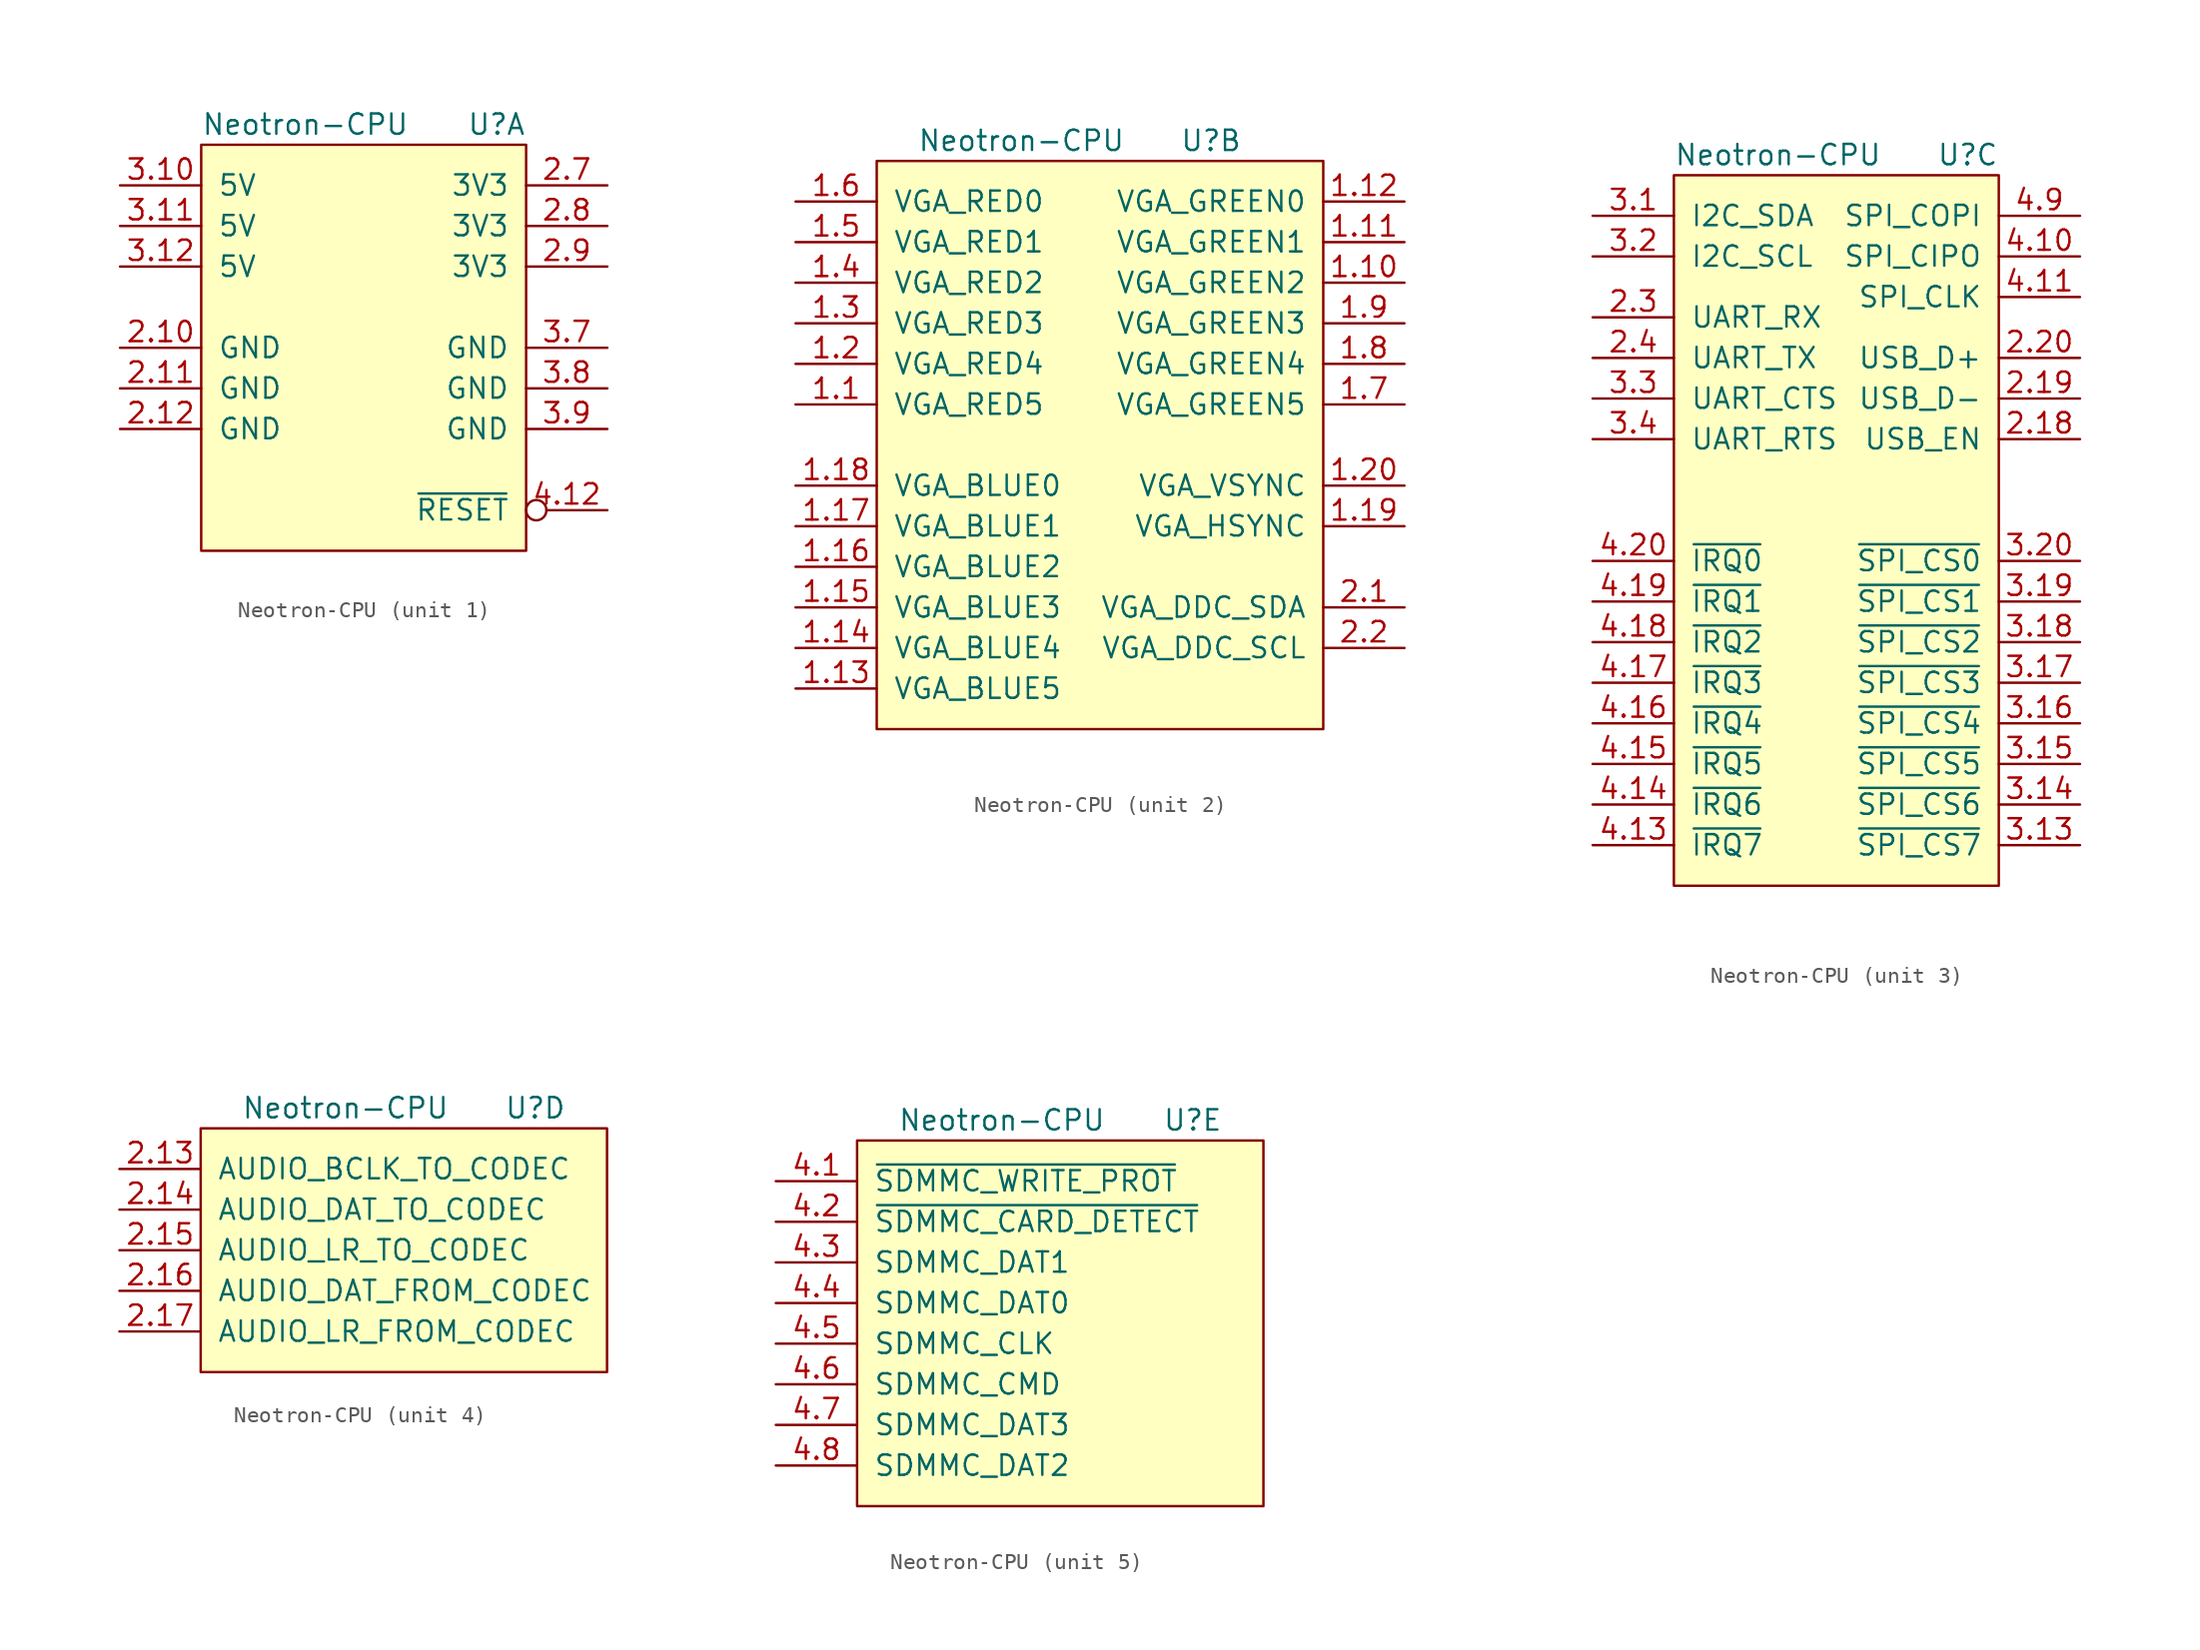
<source format=kicad_sym>
(kicad_symbol_lib
  (version 20211014)
  (generator kicad_symbol_editor)
  (symbol "Neotron-CPU"
    (pin_names
      (offset 1.016))
    (property "Reference" "U"
      (at 10.16 8.89 0)
      (effects (font (size 1.27 1.27)) (justify right)))
    (property "Value" "Neotron-CPU"
      (at -10.16 8.89 0)
      (effects (font (size 1.27 1.27)) (justify left)))
    (property "ki_locked" ""
      (at 0 0 0)
      (effects (font (size 1.27 1.27))))
    (symbol "Neotron-CPU_1_1"
      (rectangle (start -10.16 7.62) (end 10.16 -17.78) (stroke (width 0) (type default) (color 0 0 0 0)) (fill (type background)))
      (pin power_in line (at -15.24 -5.08 0) (length 5.08) (name "GND" (effects (font (size 1.27 1.27)))) (number "2.10" (effects (font (size 1.27 1.27)))))
      (pin power_in line (at -15.24 -7.62 0) (length 5.08) (name "GND" (effects (font (size 1.27 1.27)))) (number "2.11" (effects (font (size 1.27 1.27)))))
      (pin power_in line (at -15.24 -10.16 0) (length 5.08) (name "GND" (effects (font (size 1.27 1.27)))) (number "2.12" (effects (font (size 1.27 1.27)))))
      (pin power_in line (at 15.24 5.08 180) (length 5.08) (name "3V3" (effects (font (size 1.27 1.27)))) (number "2.7" (effects (font (size 1.27 1.27)))))
      (pin power_in line (at 15.24 2.54 180) (length 5.08) (name "3V3" (effects (font (size 1.27 1.27)))) (number "2.8" (effects (font (size 1.27 1.27)))))
      (pin power_in line (at 15.24 0 180) (length 5.08) (name "3V3" (effects (font (size 1.27 1.27)))) (number "2.9" (effects (font (size 1.27 1.27)))))
      (pin power_in line (at -15.24 5.08 0) (length 5.08) (name "5V" (effects (font (size 1.27 1.27)))) (number "3.10" (effects (font (size 1.27 1.27)))))
      (pin power_in line (at -15.24 2.54 0) (length 5.08) (name "5V" (effects (font (size 1.27 1.27)))) (number "3.11" (effects (font (size 1.27 1.27)))))
      (pin power_in line (at -15.24 0 0) (length 5.08) (name "5V" (effects (font (size 1.27 1.27)))) (number "3.12" (effects (font (size 1.27 1.27)))))
      (pin power_in line (at 15.24 -5.08 180) (length 5.08) (name "GND" (effects (font (size 1.27 1.27)))) (number "3.7" (effects (font (size 1.27 1.27)))))
      (pin power_in line (at 15.24 -7.62 180) (length 5.08) (name "GND" (effects (font (size 1.27 1.27)))) (number "3.8" (effects (font (size 1.27 1.27)))))
      (pin power_in line (at 15.24 -10.16 180) (length 5.08) (name "GND" (effects (font (size 1.27 1.27)))) (number "3.9" (effects (font (size 1.27 1.27)))))
      (pin input inverted (at 15.24 -15.24 180) (length 5.08) (name "~{RESET}" (effects (font (size 1.27 1.27)))) (number "4.12" (effects (font (size 1.27 1.27))))))
    (symbol "Neotron-CPU_2_1"
      (rectangle (start -12.7 7.62) (end 15.24 -27.94) (stroke (width 0) (type default) (color 0 0 0 0)) (fill (type background)))
      (pin output line (at -17.78 -7.62 0) (length 5.08) (name "VGA_RED5" (effects (font (size 1.27 1.27)))) (number "1.1" (effects (font (size 1.27 1.27)))))
      (pin output line (at 20.32 0 180) (length 5.08) (name "VGA_GREEN2" (effects (font (size 1.27 1.27)))) (number "1.10" (effects (font (size 1.27 1.27)))))
      (pin output line (at 20.32 2.54 180) (length 5.08) (name "VGA_GREEN1" (effects (font (size 1.27 1.27)))) (number "1.11" (effects (font (size 1.27 1.27)))))
      (pin output line (at 20.32 5.08 180) (length 5.08) (name "VGA_GREEN0" (effects (font (size 1.27 1.27)))) (number "1.12" (effects (font (size 1.27 1.27)))))
      (pin output line (at -17.78 -25.4 0) (length 5.08) (name "VGA_BLUE5" (effects (font (size 1.27 1.27)))) (number "1.13" (effects (font (size 1.27 1.27)))))
      (pin output line (at -17.78 -22.86 0) (length 5.08) (name "VGA_BLUE4" (effects (font (size 1.27 1.27)))) (number "1.14" (effects (font (size 1.27 1.27)))))
      (pin output line (at -17.78 -20.32 0) (length 5.08) (name "VGA_BLUE3" (effects (font (size 1.27 1.27)))) (number "1.15" (effects (font (size 1.27 1.27)))))
      (pin output line (at -17.78 -17.78 0) (length 5.08) (name "VGA_BLUE2" (effects (font (size 1.27 1.27)))) (number "1.16" (effects (font (size 1.27 1.27)))))
      (pin output line (at -17.78 -15.24 0) (length 5.08) (name "VGA_BLUE1" (effects (font (size 1.27 1.27)))) (number "1.17" (effects (font (size 1.27 1.27)))))
      (pin output line (at -17.78 -12.7 0) (length 5.08) (name "VGA_BLUE0" (effects (font (size 1.27 1.27)))) (number "1.18" (effects (font (size 1.27 1.27)))))
      (pin output line (at 20.32 -15.24 180) (length 5.08) (name "VGA_HSYNC" (effects (font (size 1.27 1.27)))) (number "1.19" (effects (font (size 1.27 1.27)))))
      (pin output line (at -17.78 -5.08 0) (length 5.08) (name "VGA_RED4" (effects (font (size 1.27 1.27)))) (number "1.2" (effects (font (size 1.27 1.27)))))
      (pin output line (at 20.32 -12.7 180) (length 5.08) (name "VGA_VSYNC" (effects (font (size 1.27 1.27)))) (number "1.20" (effects (font (size 1.27 1.27)))))
      (pin output line (at -17.78 -2.54 0) (length 5.08) (name "VGA_RED3" (effects (font (size 1.27 1.27)))) (number "1.3" (effects (font (size 1.27 1.27)))))
      (pin output line (at -17.78 0 0) (length 5.08) (name "VGA_RED2" (effects (font (size 1.27 1.27)))) (number "1.4" (effects (font (size 1.27 1.27)))))
      (pin output line (at -17.78 2.54 0) (length 5.08) (name "VGA_RED1" (effects (font (size 1.27 1.27)))) (number "1.5" (effects (font (size 1.27 1.27)))))
      (pin output line (at -17.78 5.08 0) (length 5.08) (name "VGA_RED0" (effects (font (size 1.27 1.27)))) (number "1.6" (effects (font (size 1.27 1.27)))))
      (pin output line (at 20.32 -7.62 180) (length 5.08) (name "VGA_GREEN5" (effects (font (size 1.27 1.27)))) (number "1.7" (effects (font (size 1.27 1.27)))))
      (pin output line (at 20.32 -5.08 180) (length 5.08) (name "VGA_GREEN4" (effects (font (size 1.27 1.27)))) (number "1.8" (effects (font (size 1.27 1.27)))))
      (pin output line (at 20.32 -2.54 180) (length 5.08) (name "VGA_GREEN3" (effects (font (size 1.27 1.27)))) (number "1.9" (effects (font (size 1.27 1.27)))))
      (pin bidirectional line (at 20.32 -20.32 180) (length 5.08) (name "VGA_DDC_SDA" (effects (font (size 1.27 1.27)))) (number "2.1" (effects (font (size 1.27 1.27)))))
      (pin bidirectional line (at 20.32 -22.86 180) (length 5.08) (name "VGA_DDC_SCL" (effects (font (size 1.27 1.27)))) (number "2.2" (effects (font (size 1.27 1.27))))))
    (symbol "Neotron-CPU_3_1"
      (rectangle (start -10.16 7.62) (end 10.16 -36.83) (stroke (width 0) (type default) (color 0 0 0 0)) (fill (type background)))
      (pin output line (at 15.24 -8.89 180) (length 5.08) (name "USB_EN" (effects (font (size 1.27 1.27)))) (number "2.18" (effects (font (size 1.27 1.27)))))
      (pin bidirectional line (at 15.24 -6.35 180) (length 5.08) (name "USB_D-" (effects (font (size 1.27 1.27)))) (number "2.19" (effects (font (size 1.27 1.27)))))
      (pin bidirectional line (at 15.24 -3.81 180) (length 5.08) (name "USB_D+" (effects (font (size 1.27 1.27)))) (number "2.20" (effects (font (size 1.27 1.27)))))
      (pin input line (at -15.24 -1.27 0) (length 5.08) (name "UART_RX" (effects (font (size 1.27 1.27)))) (number "2.3" (effects (font (size 1.27 1.27)))))
      (pin output line (at -15.24 -3.81 0) (length 5.08) (name "UART_TX" (effects (font (size 1.27 1.27)))) (number "2.4" (effects (font (size 1.27 1.27)))))
      (pin bidirectional line (at -15.24 5.08 0) (length 5.08) (name "I2C_SDA" (effects (font (size 1.27 1.27)))) (number "3.1" (effects (font (size 1.27 1.27)))))
      (pin output line (at 15.24 -34.29 180) (length 5.08) (name "~{SPI_CS7}" (effects (font (size 1.27 1.27)))) (number "3.13" (effects (font (size 1.27 1.27)))))
      (pin output line (at 15.24 -31.75 180) (length 5.08) (name "~{SPI_CS6}" (effects (font (size 1.27 1.27)))) (number "3.14" (effects (font (size 1.27 1.27)))))
      (pin output line (at 15.24 -29.21 180) (length 5.08) (name "~{SPI_CS5}" (effects (font (size 1.27 1.27)))) (number "3.15" (effects (font (size 1.27 1.27)))))
      (pin output line (at 15.24 -26.67 180) (length 5.08) (name "~{SPI_CS4}" (effects (font (size 1.27 1.27)))) (number "3.16" (effects (font (size 1.27 1.27)))))
      (pin output line (at 15.24 -24.13 180) (length 5.08) (name "~{SPI_CS3}" (effects (font (size 1.27 1.27)))) (number "3.17" (effects (font (size 1.27 1.27)))))
      (pin output line (at 15.24 -21.59 180) (length 5.08) (name "~{SPI_CS2}" (effects (font (size 1.27 1.27)))) (number "3.18" (effects (font (size 1.27 1.27)))))
      (pin output line (at 15.24 -19.05 180) (length 5.08) (name "~{SPI_CS1}" (effects (font (size 1.27 1.27)))) (number "3.19" (effects (font (size 1.27 1.27)))))
      (pin bidirectional line (at -15.24 2.54 0) (length 5.08) (name "I2C_SCL" (effects (font (size 1.27 1.27)))) (number "3.2" (effects (font (size 1.27 1.27)))))
      (pin output line (at 15.24 -16.51 180) (length 5.08) (name "~{SPI_CS0}" (effects (font (size 1.27 1.27)))) (number "3.20" (effects (font (size 1.27 1.27)))))
      (pin input line (at -15.24 -6.35 0) (length 5.08) (name "UART_CTS" (effects (font (size 1.27 1.27)))) (number "3.3" (effects (font (size 1.27 1.27)))))
      (pin output line (at -15.24 -8.89 0) (length 5.08) (name "UART_RTS" (effects (font (size 1.27 1.27)))) (number "3.4" (effects (font (size 1.27 1.27)))))
      (pin input line (at 15.24 2.54 180) (length 5.08) (name "SPI_CIPO" (effects (font (size 1.27 1.27)))) (number "4.10" (effects (font (size 1.27 1.27)))))
      (pin output line (at 15.24 0 180) (length 5.08) (name "SPI_CLK" (effects (font (size 1.27 1.27)))) (number "4.11" (effects (font (size 1.27 1.27)))))
      (pin input line (at -15.24 -34.29 0) (length 5.08) (name "~{IRQ7}" (effects (font (size 1.27 1.27)))) (number "4.13" (effects (font (size 1.27 1.27)))))
      (pin input line (at -15.24 -31.75 0) (length 5.08) (name "~{IRQ6}" (effects (font (size 1.27 1.27)))) (number "4.14" (effects (font (size 1.27 1.27)))))
      (pin input line (at -15.24 -29.21 0) (length 5.08) (name "~{IRQ5}" (effects (font (size 1.27 1.27)))) (number "4.15" (effects (font (size 1.27 1.27)))))
      (pin input line (at -15.24 -26.67 0) (length 5.08) (name "~{IRQ4}" (effects (font (size 1.27 1.27)))) (number "4.16" (effects (font (size 1.27 1.27)))))
      (pin input line (at -15.24 -24.13 0) (length 5.08) (name "~{IRQ3}" (effects (font (size 1.27 1.27)))) (number "4.17" (effects (font (size 1.27 1.27)))))
      (pin input line (at -15.24 -21.59 0) (length 5.08) (name "~{IRQ2}" (effects (font (size 1.27 1.27)))) (number "4.18" (effects (font (size 1.27 1.27)))))
      (pin input line (at -15.24 -19.05 0) (length 5.08) (name "~{IRQ1}" (effects (font (size 1.27 1.27)))) (number "4.19" (effects (font (size 1.27 1.27)))))
      (pin input line (at -15.24 -16.51 0) (length 5.08) (name "~{IRQ0}" (effects (font (size 1.27 1.27)))) (number "4.20" (effects (font (size 1.27 1.27)))))
      (pin output line (at 15.24 5.08 180) (length 5.08) (name "SPI_COPI" (effects (font (size 1.27 1.27)))) (number "4.9" (effects (font (size 1.27 1.27))))))
    (symbol "Neotron-CPU_4_1"
      (rectangle (start -12.7 7.62) (end 12.7 -7.62) (stroke (width 0) (type default) (color 0 0 0 0)) (fill (type background)))
      (pin output line (at -17.78 5.08 0) (length 5.08) (name "AUDIO_BCLK_TO_CODEC" (effects (font (size 1.27 1.27)))) (number "2.13" (effects (font (size 1.27 1.27)))))
      (pin output line (at -17.78 2.54 0) (length 5.08) (name "AUDIO_DAT_TO_CODEC" (effects (font (size 1.27 1.27)))) (number "2.14" (effects (font (size 1.27 1.27)))))
      (pin output line (at -17.78 0 0) (length 5.08) (name "AUDIO_LR_TO_CODEC" (effects (font (size 1.27 1.27)))) (number "2.15" (effects (font (size 1.27 1.27)))))
      (pin input line (at -17.78 -2.54 0) (length 5.08) (name "AUDIO_DAT_FROM_CODEC" (effects (font (size 1.27 1.27)))) (number "2.16" (effects (font (size 1.27 1.27)))))
      (pin input line (at -17.78 -5.08 0) (length 5.08) (name "AUDIO_LR_FROM_CODEC" (effects (font (size 1.27 1.27)))) (number "2.17" (effects (font (size 1.27 1.27))))))
    (symbol "Neotron-CPU_5_1"
      (rectangle (start -12.7 7.62) (end 12.7 -15.24) (stroke (width 0) (type default) (color 0 0 0 0)) (fill (type background)))
      (pin input line (at -17.78 5.08 0) (length 5.08) (name "~{SDMMC_WRITE_PROT}" (effects (font (size 1.27 1.27)))) (number "4.1" (effects (font (size 1.27 1.27)))))
      (pin input line (at -17.78 2.54 0) (length 5.08) (name "~{SDMMC_CARD_DETECT}" (effects (font (size 1.27 1.27)))) (number "4.2" (effects (font (size 1.27 1.27)))))
      (pin bidirectional line (at -17.78 0 0) (length 5.08) (name "SDMMC_DAT1" (effects (font (size 1.27 1.27)))) (number "4.3" (effects (font (size 1.27 1.27)))))
      (pin bidirectional line (at -17.78 -2.54 0) (length 5.08) (name "SDMMC_DAT0" (effects (font (size 1.27 1.27)))) (number "4.4" (effects (font (size 1.27 1.27)))))
      (pin output line (at -17.78 -5.08 0) (length 5.08) (name "SDMMC_CLK" (effects (font (size 1.27 1.27)))) (number "4.5" (effects (font (size 1.27 1.27)))))
      (pin output line (at -17.78 -7.62 0) (length 5.08) (name "SDMMC_CMD" (effects (font (size 1.27 1.27)))) (number "4.6" (effects (font (size 1.27 1.27)))))
      (pin bidirectional line (at -17.78 -10.16 0) (length 5.08) (name "SDMMC_DAT3" (effects (font (size 1.27 1.27)))) (number "4.7" (effects (font (size 1.27 1.27)))))
      (pin bidirectional line (at -17.78 -12.7 0) (length 5.08) (name "SDMMC_DAT2" (effects (font (size 1.27 1.27)))) (number "4.8" (effects (font (size 1.27 1.27))))))))
</source>
